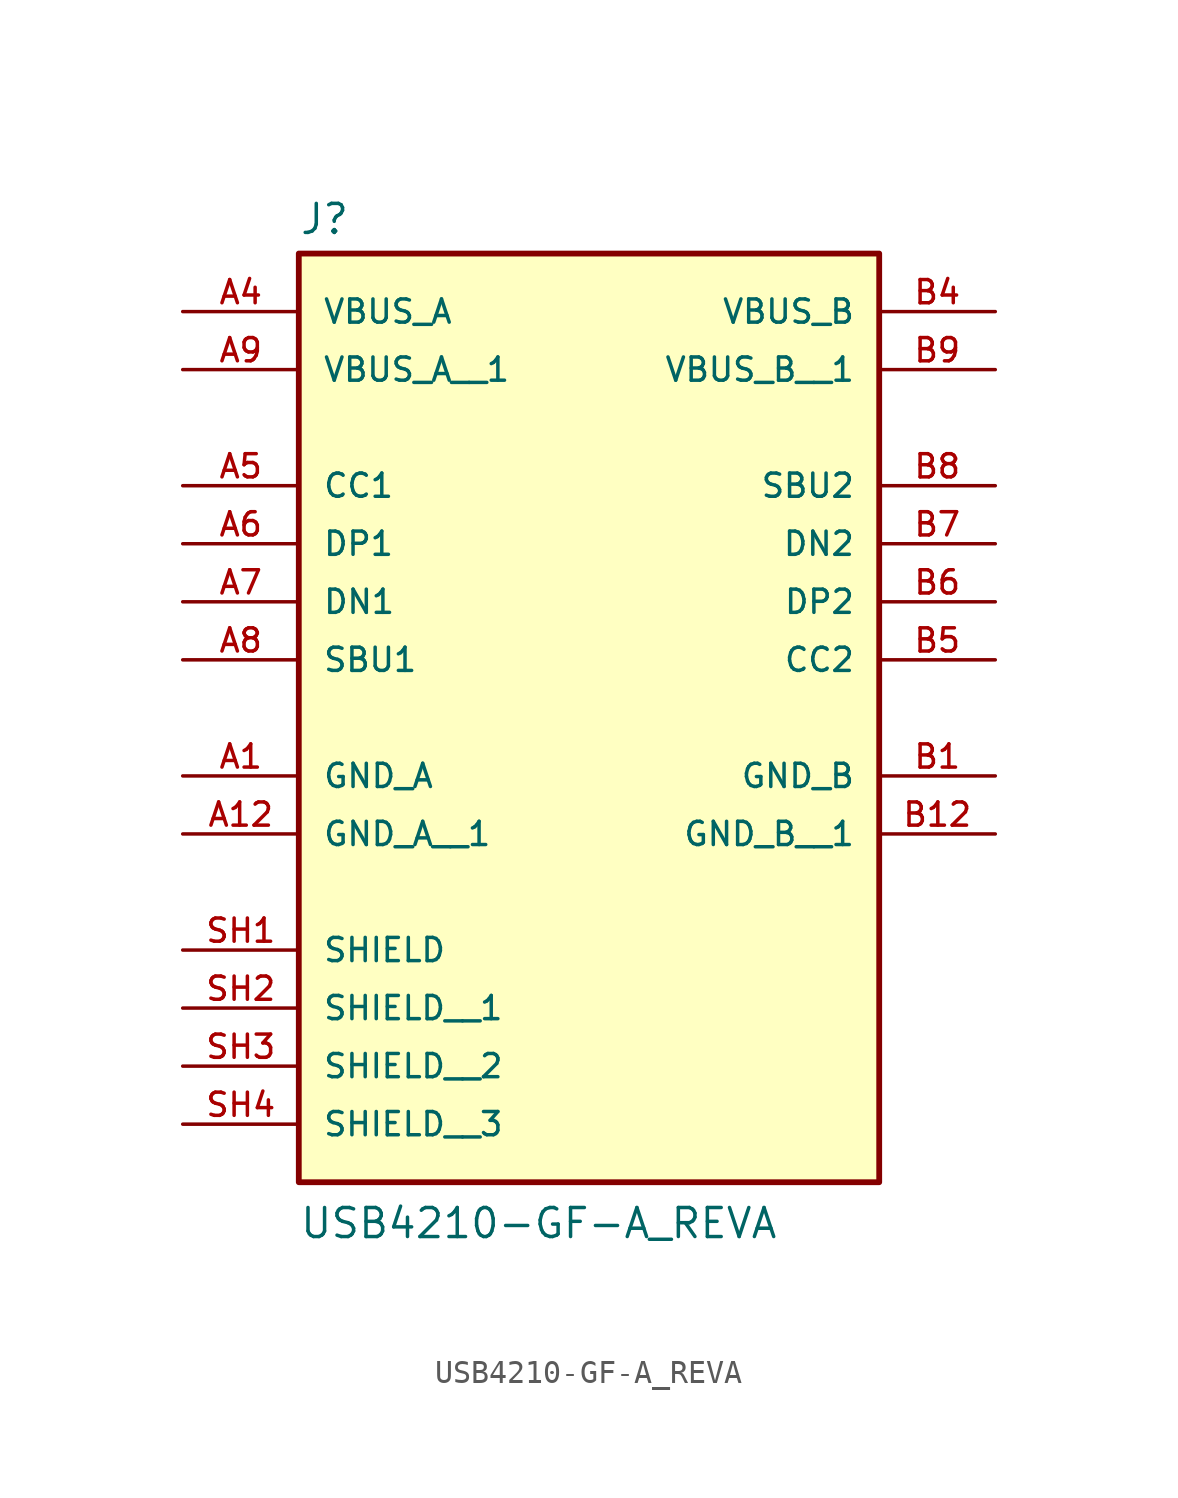
<source format=kicad_sym>
(kicad_symbol_lib
  (version 20211014)
  (generator kicad_symbol_editor)
  (symbol "USB4210-GF-A_REVA"
    (pin_names
      (offset 1.016))
    (property "Reference" "J"
      (at -12.7 13.462 0)
      (effects (font (size 1.27 1.27)) (justify bottom left)))
    (property "Value" "USB4210-GF-A_REVA"
      (at -12.7 -30.48 0)
      (effects (font (size 1.27 1.27)) (justify bottom left)))
    (symbol "USB4210-GF-A_REVA_0_0"
      (rectangle (start -12.7 -27.94) (end 12.7 12.7) (stroke (width 0.254)) (fill (type background)))
      (pin power_in line (at -17.78 10.16 0) (length 5.08) (name "VBUS_A" (effects (font (size 1.016 1.016)))) (number "A4" (effects (font (size 1.016 1.016)))))
      (pin bidirectional line (at -17.78 2.54 0) (length 5.08) (name "CC1" (effects (font (size 1.016 1.016)))) (number "A5" (effects (font (size 1.016 1.016)))))
      (pin bidirectional line (at -17.78 0.0 0) (length 5.08) (name "DP1" (effects (font (size 1.016 1.016)))) (number "A6" (effects (font (size 1.016 1.016)))))
      (pin bidirectional line (at -17.78 -2.54 0) (length 5.08) (name "DN1" (effects (font (size 1.016 1.016)))) (number "A7" (effects (font (size 1.016 1.016)))))
      (pin bidirectional line (at -17.78 -5.08 0) (length 5.08) (name "SBU1" (effects (font (size 1.016 1.016)))) (number "A8" (effects (font (size 1.016 1.016)))))
      (pin power_in line (at -17.78 -10.16 0) (length 5.08) (name "GND_A" (effects (font (size 1.016 1.016)))) (number "A1" (effects (font (size 1.016 1.016)))))
      (pin power_in line (at 17.78 10.16 180.0) (length 5.08) (name "VBUS_B" (effects (font (size 1.016 1.016)))) (number "B4" (effects (font (size 1.016 1.016)))))
      (pin power_in line (at 17.78 -10.16 180.0) (length 5.08) (name "GND_B" (effects (font (size 1.016 1.016)))) (number "B1" (effects (font (size 1.016 1.016)))))
      (pin bidirectional line (at 17.78 2.54 180.0) (length 5.08) (name "SBU2" (effects (font (size 1.016 1.016)))) (number "B8" (effects (font (size 1.016 1.016)))))
      (pin bidirectional line (at 17.78 0.0 180.0) (length 5.08) (name "DN2" (effects (font (size 1.016 1.016)))) (number "B7" (effects (font (size 1.016 1.016)))))
      (pin bidirectional line (at 17.78 -2.54 180.0) (length 5.08) (name "DP2" (effects (font (size 1.016 1.016)))) (number "B6" (effects (font (size 1.016 1.016)))))
      (pin bidirectional line (at 17.78 -5.08 180.0) (length 5.08) (name "CC2" (effects (font (size 1.016 1.016)))) (number "B5" (effects (font (size 1.016 1.016)))))
      (pin passive line (at -17.78 -17.78 0) (length 5.08) (name "SHIELD" (effects (font (size 1.016 1.016)))) (number "SH1" (effects (font (size 1.016 1.016)))))
      (pin power_in line (at -17.78 7.62 0) (length 5.08) (name "VBUS_A__1" (effects (font (size 1.016 1.016)))) (number "A9" (effects (font (size 1.016 1.016)))))
      (pin power_in line (at -17.78 -12.7 0) (length 5.08) (name "GND_A__1" (effects (font (size 1.016 1.016)))) (number "A12" (effects (font (size 1.016 1.016)))))
      (pin passive line (at -17.78 -20.32 0) (length 5.08) (name "SHIELD__1" (effects (font (size 1.016 1.016)))) (number "SH2" (effects (font (size 1.016 1.016)))))
      (pin passive line (at -17.78 -22.86 0) (length 5.08) (name "SHIELD__2" (effects (font (size 1.016 1.016)))) (number "SH3" (effects (font (size 1.016 1.016)))))
      (pin passive line (at -17.78 -25.4 0) (length 5.08) (name "SHIELD__3" (effects (font (size 1.016 1.016)))) (number "SH4" (effects (font (size 1.016 1.016)))))
      (pin power_in line (at 17.78 7.62 180.0) (length 5.08) (name "VBUS_B__1" (effects (font (size 1.016 1.016)))) (number "B9" (effects (font (size 1.016 1.016)))))
      (pin power_in line (at 17.78 -12.7 180.0) (length 5.08) (name "GND_B__1" (effects (font (size 1.016 1.016)))) (number "B12" (effects (font (size 1.016 1.016))))))))
</source>
